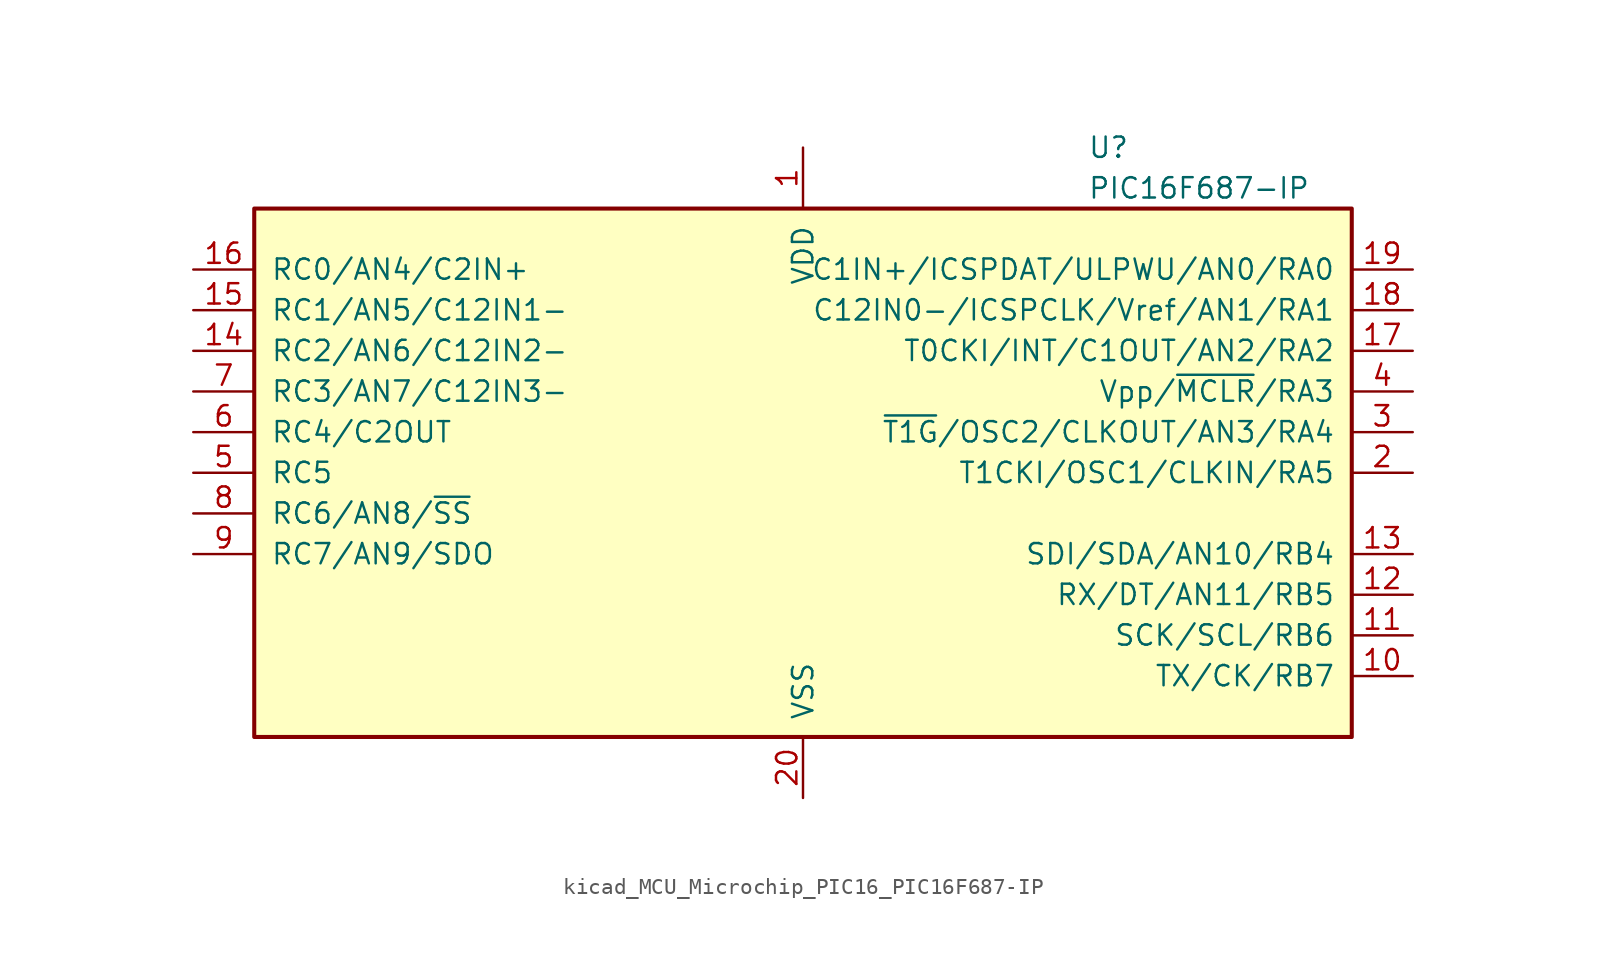
<source format=kicad_sym>
(kicad_symbol_lib
  (version 20220914)
  (generator kicad_symbol_editor)
  (symbol "kicad_MCU_Microchip_PIC16_PIC16F687-IP"
    (pin_names
      (offset 1.016))
    (property "Reference" "U"
      (at 17.78 20.32 0)
      (effects (font (size 1.27 1.27)) (justify left)))
    (property "Value" "PIC16F687-IP"
      (at 17.78 17.78 0)
      (effects (font (size 1.27 1.27)) (justify left)))
    (symbol "kicad_MCU_Microchip_PIC16_PIC16F687-IP_0_1"
      (rectangle (start -34.29 16.51) (end 34.29 -16.51) (stroke (width 0.254) (type default)) (fill (type background))))
    (symbol "kicad_MCU_Microchip_PIC16_PIC16F687-IP_1_1"
      (pin power_in line (at 0 20.32 270) (length 3.81) (name "VDD" (effects (font (size 1.27 1.27)))) (number "1" (effects (font (size 1.27 1.27)))))
      (pin bidirectional line (at 38.1 -12.7 180) (length 3.81) (name "TX/CK/RB7" (effects (font (size 1.27 1.27)))) (number "10" (effects (font (size 1.27 1.27)))))
      (pin bidirectional line (at 38.1 -10.16 180) (length 3.81) (name "SCK/SCL/RB6" (effects (font (size 1.27 1.27)))) (number "11" (effects (font (size 1.27 1.27)))))
      (pin bidirectional line (at 38.1 -7.62 180) (length 3.81) (name "RX/DT/AN11/RB5" (effects (font (size 1.27 1.27)))) (number "12" (effects (font (size 1.27 1.27)))))
      (pin bidirectional line (at 38.1 -5.08 180) (length 3.81) (name "SDI/SDA/AN10/RB4" (effects (font (size 1.27 1.27)))) (number "13" (effects (font (size 1.27 1.27)))))
      (pin bidirectional line (at -38.1 7.62 0) (length 3.81) (name "RC2/AN6/C12IN2-" (effects (font (size 1.27 1.27)))) (number "14" (effects (font (size 1.27 1.27)))))
      (pin bidirectional line (at -38.1 10.16 0) (length 3.81) (name "RC1/AN5/C12IN1-" (effects (font (size 1.27 1.27)))) (number "15" (effects (font (size 1.27 1.27)))))
      (pin bidirectional line (at -38.1 12.7 0) (length 3.81) (name "RC0/AN4/C2IN+" (effects (font (size 1.27 1.27)))) (number "16" (effects (font (size 1.27 1.27)))))
      (pin bidirectional line (at 38.1 7.62 180) (length 3.81) (name "T0CKI/INT/C1OUT/AN2/RA2" (effects (font (size 1.27 1.27)))) (number "17" (effects (font (size 1.27 1.27)))))
      (pin bidirectional line (at 38.1 10.16 180) (length 3.81) (name "C12IN0-/ICSPCLK/Vref/AN1/RA1" (effects (font (size 1.27 1.27)))) (number "18" (effects (font (size 1.27 1.27)))))
      (pin bidirectional line (at 38.1 12.7 180) (length 3.81) (name "C1IN+/ICSPDAT/ULPWU/AN0/RA0" (effects (font (size 1.27 1.27)))) (number "19" (effects (font (size 1.27 1.27)))))
      (pin bidirectional line (at 38.1 0 180) (length 3.81) (name "T1CKI/OSC1/CLKIN/RA5" (effects (font (size 1.27 1.27)))) (number "2" (effects (font (size 1.27 1.27)))))
      (pin power_in line (at 0 -20.32 90) (length 3.81) (name "VSS" (effects (font (size 1.27 1.27)))) (number "20" (effects (font (size 1.27 1.27)))))
      (pin bidirectional line (at 38.1 2.54 180) (length 3.81) (name "~{T1G}/OSC2/CLKOUT/AN3/RA4" (effects (font (size 1.27 1.27)))) (number "3" (effects (font (size 1.27 1.27)))))
      (pin input line (at 38.1 5.08 180) (length 3.81) (name "Vpp/~{MCLR}/RA3" (effects (font (size 1.27 1.27)))) (number "4" (effects (font (size 1.27 1.27)))))
      (pin bidirectional line (at -38.1 0 0) (length 3.81) (name "RC5" (effects (font (size 1.27 1.27)))) (number "5" (effects (font (size 1.27 1.27)))))
      (pin bidirectional line (at -38.1 2.54 0) (length 3.81) (name "RC4/C2OUT" (effects (font (size 1.27 1.27)))) (number "6" (effects (font (size 1.27 1.27)))))
      (pin bidirectional line (at -38.1 5.08 0) (length 3.81) (name "RC3/AN7/C12IN3-" (effects (font (size 1.27 1.27)))) (number "7" (effects (font (size 1.27 1.27)))))
      (pin bidirectional line (at -38.1 -2.54 0) (length 3.81) (name "RC6/AN8/~{SS}" (effects (font (size 1.27 1.27)))) (number "8" (effects (font (size 1.27 1.27)))))
      (pin bidirectional line (at -38.1 -5.08 0) (length 3.81) (name "RC7/AN9/SDO" (effects (font (size 1.27 1.27)))) (number "9" (effects (font (size 1.27 1.27))))))))
</source>
